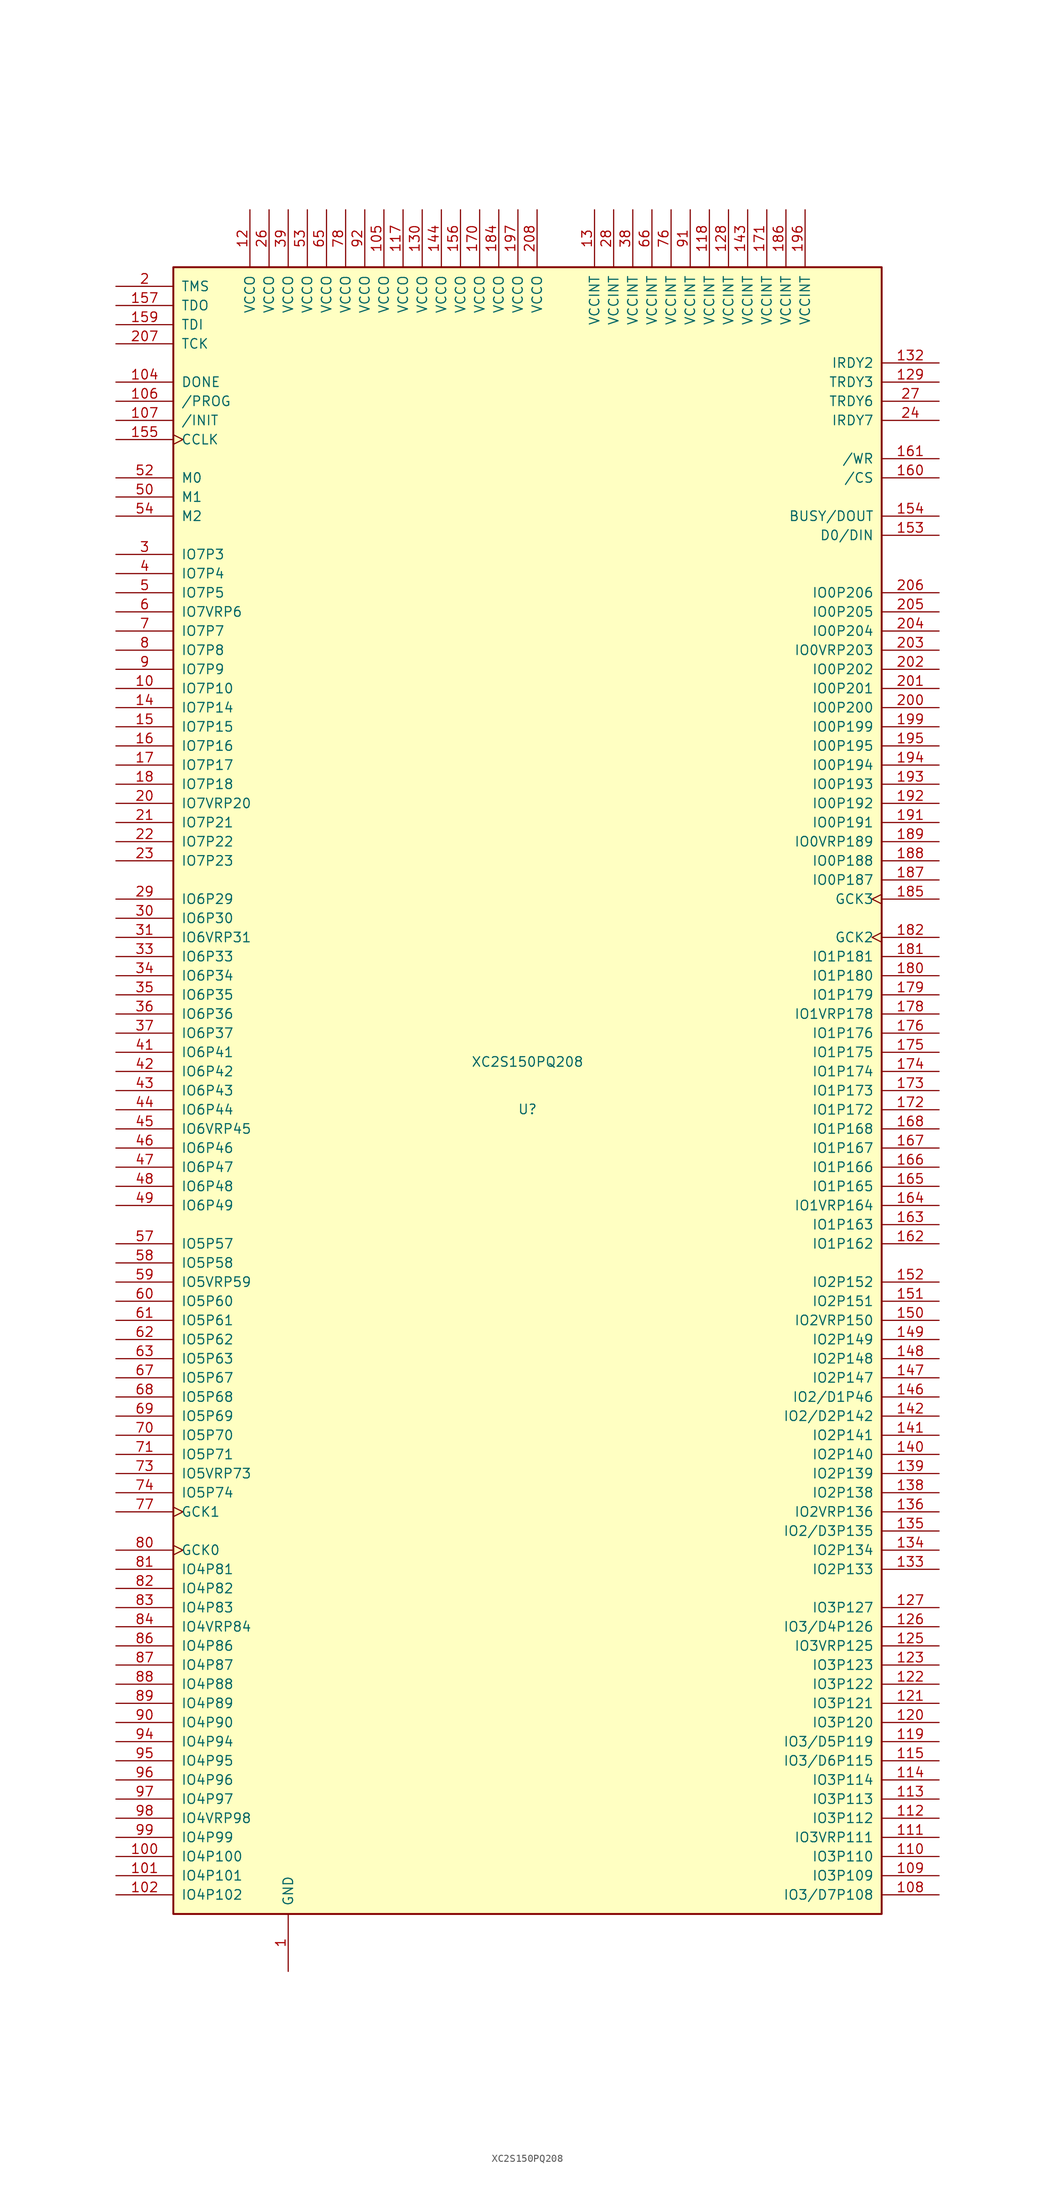
<source format=kicad_sym>
(kicad_symbol_lib
  (version 20241209)
  (generator "kicad_symbol_editor")
  (generator_version "9.0")
  (symbol "XC2S150PQ208"
    (pin_names
      (offset 1.016))
    (property "Reference" "U"
      (at 0 -2.489 0)
      (effects (font (size 1.27 1.27))))
    (property "Value" "XC2S150PQ208"
      (at 0 3.81 0)
      (effects (font (size 1.27 1.27))))
    (symbol "XC2S150PQ208_0_1"
      (rectangle (start -46.99 109.22) (end 46.99 -109.22) (stroke (width 0.254) (type default)) (fill (type background))))
    (symbol "XC2S150PQ208_1_1"
      (pin bidirectional line (at -54.61 106.68 0) (length 7.62) (name "TMS" (effects (font (size 1.27 1.27)))) (number "2" (effects (font (size 1.27 1.27)))))
      (pin bidirectional line (at -54.61 104.14 0) (length 7.62) (name "TDO" (effects (font (size 1.27 1.27)))) (number "157" (effects (font (size 1.27 1.27)))))
      (pin bidirectional line (at -54.61 101.6 0) (length 7.62) (name "TDI" (effects (font (size 1.27 1.27)))) (number "159" (effects (font (size 1.27 1.27)))))
      (pin bidirectional line (at -54.61 99.06 0) (length 7.62) (name "TCK" (effects (font (size 1.27 1.27)))) (number "207" (effects (font (size 1.27 1.27)))))
      (pin bidirectional line (at -54.61 93.98 0) (length 7.62) (name "DONE" (effects (font (size 1.27 1.27)))) (number "104" (effects (font (size 1.27 1.27)))))
      (pin input line (at -54.61 91.44 0) (length 7.62) (name "/PROG" (effects (font (size 1.27 1.27)))) (number "106" (effects (font (size 1.27 1.27)))))
      (pin bidirectional line (at -54.61 88.9 0) (length 7.62) (name "/INIT" (effects (font (size 1.27 1.27)))) (number "107" (effects (font (size 1.27 1.27)))))
      (pin bidirectional clock (at -54.61 86.36 0) (length 7.62) (name "CCLK" (effects (font (size 1.27 1.27)))) (number "155" (effects (font (size 1.27 1.27)))))
      (pin input line (at -54.61 81.28 0) (length 7.62) (name "M0" (effects (font (size 1.27 1.27)))) (number "52" (effects (font (size 1.27 1.27)))))
      (pin input line (at -54.61 78.74 0) (length 7.62) (name "M1" (effects (font (size 1.27 1.27)))) (number "50" (effects (font (size 1.27 1.27)))))
      (pin input line (at -54.61 76.2 0) (length 7.62) (name "M2" (effects (font (size 1.27 1.27)))) (number "54" (effects (font (size 1.27 1.27)))))
      (pin bidirectional line (at -54.61 71.12 0) (length 7.62) (name "IO7P3" (effects (font (size 1.27 1.27)))) (number "3" (effects (font (size 1.27 1.27)))))
      (pin bidirectional line (at -54.61 68.58 0) (length 7.62) (name "IO7P4" (effects (font (size 1.27 1.27)))) (number "4" (effects (font (size 1.27 1.27)))))
      (pin bidirectional line (at -54.61 66.04 0) (length 7.62) (name "IO7P5" (effects (font (size 1.27 1.27)))) (number "5" (effects (font (size 1.27 1.27)))))
      (pin bidirectional line (at -54.61 63.5 0) (length 7.62) (name "IO7VRP6" (effects (font (size 1.27 1.27)))) (number "6" (effects (font (size 1.27 1.27)))))
      (pin bidirectional line (at -54.61 60.96 0) (length 7.62) (name "IO7P7" (effects (font (size 1.27 1.27)))) (number "7" (effects (font (size 1.27 1.27)))))
      (pin bidirectional line (at -54.61 58.42 0) (length 7.62) (name "IO7P8" (effects (font (size 1.27 1.27)))) (number "8" (effects (font (size 1.27 1.27)))))
      (pin bidirectional line (at -54.61 55.88 0) (length 7.62) (name "IO7P9" (effects (font (size 1.27 1.27)))) (number "9" (effects (font (size 1.27 1.27)))))
      (pin bidirectional line (at -54.61 53.34 0) (length 7.62) (name "IO7P10" (effects (font (size 1.27 1.27)))) (number "10" (effects (font (size 1.27 1.27)))))
      (pin bidirectional line (at -54.61 50.8 0) (length 7.62) (name "IO7P14" (effects (font (size 1.27 1.27)))) (number "14" (effects (font (size 1.27 1.27)))))
      (pin bidirectional line (at -54.61 48.26 0) (length 7.62) (name "IO7P15" (effects (font (size 1.27 1.27)))) (number "15" (effects (font (size 1.27 1.27)))))
      (pin bidirectional line (at -54.61 45.72 0) (length 7.62) (name "IO7P16" (effects (font (size 1.27 1.27)))) (number "16" (effects (font (size 1.27 1.27)))))
      (pin bidirectional line (at -54.61 43.18 0) (length 7.62) (name "IO7P17" (effects (font (size 1.27 1.27)))) (number "17" (effects (font (size 1.27 1.27)))))
      (pin bidirectional line (at -54.61 40.64 0) (length 7.62) (name "IO7P18" (effects (font (size 1.27 1.27)))) (number "18" (effects (font (size 1.27 1.27)))))
      (pin bidirectional line (at -54.61 38.1 0) (length 7.62) (name "IO7VRP20" (effects (font (size 1.27 1.27)))) (number "20" (effects (font (size 1.27 1.27)))))
      (pin bidirectional line (at -54.61 35.56 0) (length 7.62) (name "IO7P21" (effects (font (size 1.27 1.27)))) (number "21" (effects (font (size 1.27 1.27)))))
      (pin bidirectional line (at -54.61 33.02 0) (length 7.62) (name "IO7P22" (effects (font (size 1.27 1.27)))) (number "22" (effects (font (size 1.27 1.27)))))
      (pin bidirectional line (at -54.61 30.48 0) (length 7.62) (name "IO7P23" (effects (font (size 1.27 1.27)))) (number "23" (effects (font (size 1.27 1.27)))))
      (pin bidirectional line (at -54.61 25.4 0) (length 7.62) (name "IO6P29" (effects (font (size 1.27 1.27)))) (number "29" (effects (font (size 1.27 1.27)))))
      (pin bidirectional line (at -54.61 22.86 0) (length 7.62) (name "IO6P30" (effects (font (size 1.27 1.27)))) (number "30" (effects (font (size 1.27 1.27)))))
      (pin bidirectional line (at -54.61 20.32 0) (length 7.62) (name "IO6VRP31" (effects (font (size 1.27 1.27)))) (number "31" (effects (font (size 1.27 1.27)))))
      (pin bidirectional line (at -54.61 17.78 0) (length 7.62) (name "IO6P33" (effects (font (size 1.27 1.27)))) (number "33" (effects (font (size 1.27 1.27)))))
      (pin bidirectional line (at -54.61 15.24 0) (length 7.62) (name "IO6P34" (effects (font (size 1.27 1.27)))) (number "34" (effects (font (size 1.27 1.27)))))
      (pin bidirectional line (at -54.61 12.7 0) (length 7.62) (name "IO6P35" (effects (font (size 1.27 1.27)))) (number "35" (effects (font (size 1.27 1.27)))))
      (pin bidirectional line (at -54.61 10.16 0) (length 7.62) (name "IO6P36" (effects (font (size 1.27 1.27)))) (number "36" (effects (font (size 1.27 1.27)))))
      (pin bidirectional line (at -54.61 7.62 0) (length 7.62) (name "IO6P37" (effects (font (size 1.27 1.27)))) (number "37" (effects (font (size 1.27 1.27)))))
      (pin bidirectional line (at -54.61 5.08 0) (length 7.62) (name "IO6P41" (effects (font (size 1.27 1.27)))) (number "41" (effects (font (size 1.27 1.27)))))
      (pin bidirectional line (at -54.61 2.54 0) (length 7.62) (name "IO6P42" (effects (font (size 1.27 1.27)))) (number "42" (effects (font (size 1.27 1.27)))))
      (pin bidirectional line (at -54.61 0 0) (length 7.62) (name "IO6P43" (effects (font (size 1.27 1.27)))) (number "43" (effects (font (size 1.27 1.27)))))
      (pin bidirectional line (at -54.61 -2.54 0) (length 7.62) (name "IO6P44" (effects (font (size 1.27 1.27)))) (number "44" (effects (font (size 1.27 1.27)))))
      (pin bidirectional line (at -54.61 -5.08 0) (length 7.62) (name "IO6VRP45" (effects (font (size 1.27 1.27)))) (number "45" (effects (font (size 1.27 1.27)))))
      (pin bidirectional line (at -54.61 -7.62 0) (length 7.62) (name "IO6P46" (effects (font (size 1.27 1.27)))) (number "46" (effects (font (size 1.27 1.27)))))
      (pin bidirectional line (at -54.61 -10.16 0) (length 7.62) (name "IO6P47" (effects (font (size 1.27 1.27)))) (number "47" (effects (font (size 1.27 1.27)))))
      (pin bidirectional line (at -54.61 -12.7 0) (length 7.62) (name "IO6P48" (effects (font (size 1.27 1.27)))) (number "48" (effects (font (size 1.27 1.27)))))
      (pin bidirectional line (at -54.61 -15.24 0) (length 7.62) (name "IO6P49" (effects (font (size 1.27 1.27)))) (number "49" (effects (font (size 1.27 1.27)))))
      (pin bidirectional line (at -54.61 -20.32 0) (length 7.62) (name "IO5P57" (effects (font (size 1.27 1.27)))) (number "57" (effects (font (size 1.27 1.27)))))
      (pin bidirectional line (at -54.61 -22.86 0) (length 7.62) (name "IO5P58" (effects (font (size 1.27 1.27)))) (number "58" (effects (font (size 1.27 1.27)))))
      (pin bidirectional line (at -54.61 -25.4 0) (length 7.62) (name "IO5VRP59" (effects (font (size 1.27 1.27)))) (number "59" (effects (font (size 1.27 1.27)))))
      (pin bidirectional line (at -54.61 -27.94 0) (length 7.62) (name "IO5P60" (effects (font (size 1.27 1.27)))) (number "60" (effects (font (size 1.27 1.27)))))
      (pin bidirectional line (at -54.61 -30.48 0) (length 7.62) (name "IO5P61" (effects (font (size 1.27 1.27)))) (number "61" (effects (font (size 1.27 1.27)))))
      (pin bidirectional line (at -54.61 -33.02 0) (length 7.62) (name "IO5P62" (effects (font (size 1.27 1.27)))) (number "62" (effects (font (size 1.27 1.27)))))
      (pin bidirectional line (at -54.61 -35.56 0) (length 7.62) (name "IO5P63" (effects (font (size 1.27 1.27)))) (number "63" (effects (font (size 1.27 1.27)))))
      (pin bidirectional line (at -54.61 -38.1 0) (length 7.62) (name "IO5P67" (effects (font (size 1.27 1.27)))) (number "67" (effects (font (size 1.27 1.27)))))
      (pin bidirectional line (at -54.61 -40.64 0) (length 7.62) (name "IO5P68" (effects (font (size 1.27 1.27)))) (number "68" (effects (font (size 1.27 1.27)))))
      (pin bidirectional line (at -54.61 -43.18 0) (length 7.62) (name "IO5P69" (effects (font (size 1.27 1.27)))) (number "69" (effects (font (size 1.27 1.27)))))
      (pin bidirectional line (at -54.61 -45.72 0) (length 7.62) (name "IO5P70" (effects (font (size 1.27 1.27)))) (number "70" (effects (font (size 1.27 1.27)))))
      (pin bidirectional line (at -54.61 -48.26 0) (length 7.62) (name "IO5P71" (effects (font (size 1.27 1.27)))) (number "71" (effects (font (size 1.27 1.27)))))
      (pin bidirectional line (at -54.61 -50.8 0) (length 7.62) (name "IO5VRP73" (effects (font (size 1.27 1.27)))) (number "73" (effects (font (size 1.27 1.27)))))
      (pin bidirectional line (at -54.61 -53.34 0) (length 7.62) (name "IO5P74" (effects (font (size 1.27 1.27)))) (number "74" (effects (font (size 1.27 1.27)))))
      (pin input clock (at -54.61 -55.88 0) (length 7.62) (name "GCK1" (effects (font (size 1.27 1.27)))) (number "77" (effects (font (size 1.27 1.27)))))
      (pin input clock (at -54.61 -60.96 0) (length 7.62) (name "GCK0" (effects (font (size 1.27 1.27)))) (number "80" (effects (font (size 1.27 1.27)))))
      (pin bidirectional line (at -54.61 -63.5 0) (length 7.62) (name "IO4P81" (effects (font (size 1.27 1.27)))) (number "81" (effects (font (size 1.27 1.27)))))
      (pin bidirectional line (at -54.61 -66.04 0) (length 7.62) (name "IO4P82" (effects (font (size 1.27 1.27)))) (number "82" (effects (font (size 1.27 1.27)))))
      (pin bidirectional line (at -54.61 -68.58 0) (length 7.62) (name "IO4P83" (effects (font (size 1.27 1.27)))) (number "83" (effects (font (size 1.27 1.27)))))
      (pin bidirectional line (at -54.61 -71.12 0) (length 7.62) (name "IO4VRP84" (effects (font (size 1.27 1.27)))) (number "84" (effects (font (size 1.27 1.27)))))
      (pin bidirectional line (at -54.61 -73.66 0) (length 7.62) (name "IO4P86" (effects (font (size 1.27 1.27)))) (number "86" (effects (font (size 1.27 1.27)))))
      (pin bidirectional line (at -54.61 -76.2 0) (length 7.62) (name "IO4P87" (effects (font (size 1.27 1.27)))) (number "87" (effects (font (size 1.27 1.27)))))
      (pin bidirectional line (at -54.61 -78.74 0) (length 7.62) (name "IO4P88" (effects (font (size 1.27 1.27)))) (number "88" (effects (font (size 1.27 1.27)))))
      (pin bidirectional line (at -54.61 -81.28 0) (length 7.62) (name "IO4P89" (effects (font (size 1.27 1.27)))) (number "89" (effects (font (size 1.27 1.27)))))
      (pin bidirectional line (at -54.61 -83.82 0) (length 7.62) (name "IO4P90" (effects (font (size 1.27 1.27)))) (number "90" (effects (font (size 1.27 1.27)))))
      (pin bidirectional line (at -54.61 -86.36 0) (length 7.62) (name "IO4P94" (effects (font (size 1.27 1.27)))) (number "94" (effects (font (size 1.27 1.27)))))
      (pin bidirectional line (at -54.61 -88.9 0) (length 7.62) (name "IO4P95" (effects (font (size 1.27 1.27)))) (number "95" (effects (font (size 1.27 1.27)))))
      (pin bidirectional line (at -54.61 -91.44 0) (length 7.62) (name "IO4P96" (effects (font (size 1.27 1.27)))) (number "96" (effects (font (size 1.27 1.27)))))
      (pin bidirectional line (at -54.61 -93.98 0) (length 7.62) (name "IO4P97" (effects (font (size 1.27 1.27)))) (number "97" (effects (font (size 1.27 1.27)))))
      (pin bidirectional line (at -54.61 -96.52 0) (length 7.62) (name "IO4VRP98" (effects (font (size 1.27 1.27)))) (number "98" (effects (font (size 1.27 1.27)))))
      (pin bidirectional line (at -54.61 -99.06 0) (length 7.62) (name "IO4P99" (effects (font (size 1.27 1.27)))) (number "99" (effects (font (size 1.27 1.27)))))
      (pin bidirectional line (at -54.61 -101.6 0) (length 7.62) (name "IO4P100" (effects (font (size 1.27 1.27)))) (number "100" (effects (font (size 1.27 1.27)))))
      (pin bidirectional line (at -54.61 -104.14 0) (length 7.62) (name "IO4P101" (effects (font (size 1.27 1.27)))) (number "101" (effects (font (size 1.27 1.27)))))
      (pin bidirectional line (at -54.61 -106.68 0) (length 7.62) (name "IO4P102" (effects (font (size 1.27 1.27)))) (number "102" (effects (font (size 1.27 1.27)))))
      (pin power_in line (at -36.83 116.84 270) (length 7.62) (name "VCCO" (effects (font (size 1.27 1.27)))) (number "12" (effects (font (size 1.27 1.27)))))
      (pin power_in line (at -34.29 116.84 270) (length 7.62) (name "VCCO" (effects (font (size 1.27 1.27)))) (number "26" (effects (font (size 1.27 1.27)))))
      (pin power_in line (at -31.75 116.84 270) (length 7.62) (name "VCCO" (effects (font (size 1.27 1.27)))) (number "39" (effects (font (size 1.27 1.27)))))
      (pin power_in line (at -31.75 -116.84 90) (length 7.62) (name "GND" (effects (font (size 1.27 1.27)))) (number "1" (effects (font (size 1.27 1.27)))))
      (pin passive line (at -31.75 -116.84 90) (length 7.62) (hide yes) (name "GND" (effects (font (size 1.27 1.27)))) (number "103" (effects (font (size 1.27 1.27)))))
      (pin passive line (at -31.75 -116.84 90) (length 7.62) (hide yes) (name "GND" (effects (font (size 1.27 1.27)))) (number "11" (effects (font (size 1.27 1.27)))))
      (pin passive line (at -31.75 -116.84 90) (length 7.62) (hide yes) (name "GND" (effects (font (size 1.27 1.27)))) (number "116" (effects (font (size 1.27 1.27)))))
      (pin passive line (at -31.75 -116.84 90) (length 7.62) (hide yes) (name "GND" (effects (font (size 1.27 1.27)))) (number "124" (effects (font (size 1.27 1.27)))))
      (pin passive line (at -31.75 -116.84 90) (length 7.62) (hide yes) (name "GND" (effects (font (size 1.27 1.27)))) (number "131" (effects (font (size 1.27 1.27)))))
      (pin passive line (at -31.75 -116.84 90) (length 7.62) (hide yes) (name "GND" (effects (font (size 1.27 1.27)))) (number "137" (effects (font (size 1.27 1.27)))))
      (pin passive line (at -31.75 -116.84 90) (length 7.62) (hide yes) (name "GND" (effects (font (size 1.27 1.27)))) (number "145" (effects (font (size 1.27 1.27)))))
      (pin passive line (at -31.75 -116.84 90) (length 7.62) (hide yes) (name "GND" (effects (font (size 1.27 1.27)))) (number "158" (effects (font (size 1.27 1.27)))))
      (pin passive line (at -31.75 -116.84 90) (length 7.62) (hide yes) (name "GND" (effects (font (size 1.27 1.27)))) (number "169" (effects (font (size 1.27 1.27)))))
      (pin passive line (at -31.75 -116.84 90) (length 7.62) (hide yes) (name "GND" (effects (font (size 1.27 1.27)))) (number "177" (effects (font (size 1.27 1.27)))))
      (pin passive line (at -31.75 -116.84 90) (length 7.62) (hide yes) (name "GND" (effects (font (size 1.27 1.27)))) (number "183" (effects (font (size 1.27 1.27)))))
      (pin passive line (at -31.75 -116.84 90) (length 7.62) (hide yes) (name "GND" (effects (font (size 1.27 1.27)))) (number "19" (effects (font (size 1.27 1.27)))))
      (pin passive line (at -31.75 -116.84 90) (length 7.62) (hide yes) (name "GND" (effects (font (size 1.27 1.27)))) (number "190" (effects (font (size 1.27 1.27)))))
      (pin passive line (at -31.75 -116.84 90) (length 7.62) (hide yes) (name "GND" (effects (font (size 1.27 1.27)))) (number "198" (effects (font (size 1.27 1.27)))))
      (pin passive line (at -31.75 -116.84 90) (length 7.62) (hide yes) (name "GND" (effects (font (size 1.27 1.27)))) (number "25" (effects (font (size 1.27 1.27)))))
      (pin passive line (at -31.75 -116.84 90) (length 7.62) (hide yes) (name "GND" (effects (font (size 1.27 1.27)))) (number "32" (effects (font (size 1.27 1.27)))))
      (pin passive line (at -31.75 -116.84 90) (length 7.62) (hide yes) (name "GND" (effects (font (size 1.27 1.27)))) (number "40" (effects (font (size 1.27 1.27)))))
      (pin passive line (at -31.75 -116.84 90) (length 7.62) (hide yes) (name "GND" (effects (font (size 1.27 1.27)))) (number "51" (effects (font (size 1.27 1.27)))))
      (pin passive line (at -31.75 -116.84 90) (length 7.62) (hide yes) (name "GND" (effects (font (size 1.27 1.27)))) (number "64" (effects (font (size 1.27 1.27)))))
      (pin passive line (at -31.75 -116.84 90) (length 7.62) (hide yes) (name "GND" (effects (font (size 1.27 1.27)))) (number "72" (effects (font (size 1.27 1.27)))))
      (pin passive line (at -31.75 -116.84 90) (length 7.62) (hide yes) (name "GND" (effects (font (size 1.27 1.27)))) (number "79" (effects (font (size 1.27 1.27)))))
      (pin passive line (at -31.75 -116.84 90) (length 7.62) (hide yes) (name "GND" (effects (font (size 1.27 1.27)))) (number "85" (effects (font (size 1.27 1.27)))))
      (pin passive line (at -31.75 -116.84 90) (length 7.62) (hide yes) (name "GND" (effects (font (size 1.27 1.27)))) (number "93" (effects (font (size 1.27 1.27)))))
      (pin power_in line (at -29.21 116.84 270) (length 7.62) (name "VCCO" (effects (font (size 1.27 1.27)))) (number "53" (effects (font (size 1.27 1.27)))))
      (pin power_in line (at -26.67 116.84 270) (length 7.62) (name "VCCO" (effects (font (size 1.27 1.27)))) (number "65" (effects (font (size 1.27 1.27)))))
      (pin power_in line (at -24.13 116.84 270) (length 7.62) (name "VCCO" (effects (font (size 1.27 1.27)))) (number "78" (effects (font (size 1.27 1.27)))))
      (pin power_in line (at -21.59 116.84 270) (length 7.62) (name "VCCO" (effects (font (size 1.27 1.27)))) (number "92" (effects (font (size 1.27 1.27)))))
      (pin power_in line (at -19.05 116.84 270) (length 7.62) (name "VCCO" (effects (font (size 1.27 1.27)))) (number "105" (effects (font (size 1.27 1.27)))))
      (pin power_in line (at -16.51 116.84 270) (length 7.62) (name "VCCO" (effects (font (size 1.27 1.27)))) (number "117" (effects (font (size 1.27 1.27)))))
      (pin power_in line (at -13.97 116.84 270) (length 7.62) (name "VCCO" (effects (font (size 1.27 1.27)))) (number "130" (effects (font (size 1.27 1.27)))))
      (pin power_in line (at -11.43 116.84 270) (length 7.62) (name "VCCO" (effects (font (size 1.27 1.27)))) (number "144" (effects (font (size 1.27 1.27)))))
      (pin power_in line (at -8.89 116.84 270) (length 7.62) (name "VCCO" (effects (font (size 1.27 1.27)))) (number "156" (effects (font (size 1.27 1.27)))))
      (pin power_in line (at -6.35 116.84 270) (length 7.62) (name "VCCO" (effects (font (size 1.27 1.27)))) (number "170" (effects (font (size 1.27 1.27)))))
      (pin power_in line (at -3.81 116.84 270) (length 7.62) (name "VCCO" (effects (font (size 1.27 1.27)))) (number "184" (effects (font (size 1.27 1.27)))))
      (pin power_in line (at -1.27 116.84 270) (length 7.62) (name "VCCO" (effects (font (size 1.27 1.27)))) (number "197" (effects (font (size 1.27 1.27)))))
      (pin power_in line (at 1.27 116.84 270) (length 7.62) (name "VCCO" (effects (font (size 1.27 1.27)))) (number "208" (effects (font (size 1.27 1.27)))))
      (pin power_in line (at 8.89 116.84 270) (length 7.62) (name "VCCINT" (effects (font (size 1.27 1.27)))) (number "13" (effects (font (size 1.27 1.27)))))
      (pin power_in line (at 11.43 116.84 270) (length 7.62) (name "VCCINT" (effects (font (size 1.27 1.27)))) (number "28" (effects (font (size 1.27 1.27)))))
      (pin power_in line (at 13.97 116.84 270) (length 7.62) (name "VCCINT" (effects (font (size 1.27 1.27)))) (number "38" (effects (font (size 1.27 1.27)))))
      (pin power_in line (at 16.51 116.84 270) (length 7.62) (name "VCCINT" (effects (font (size 1.27 1.27)))) (number "66" (effects (font (size 1.27 1.27)))))
      (pin power_in line (at 19.05 116.84 270) (length 7.62) (name "VCCINT" (effects (font (size 1.27 1.27)))) (number "76" (effects (font (size 1.27 1.27)))))
      (pin power_in line (at 21.59 116.84 270) (length 7.62) (name "VCCINT" (effects (font (size 1.27 1.27)))) (number "91" (effects (font (size 1.27 1.27)))))
      (pin power_in line (at 24.13 116.84 270) (length 7.62) (name "VCCINT" (effects (font (size 1.27 1.27)))) (number "118" (effects (font (size 1.27 1.27)))))
      (pin power_in line (at 26.67 116.84 270) (length 7.62) (name "VCCINT" (effects (font (size 1.27 1.27)))) (number "128" (effects (font (size 1.27 1.27)))))
      (pin power_in line (at 29.21 116.84 270) (length 7.62) (name "VCCINT" (effects (font (size 1.27 1.27)))) (number "143" (effects (font (size 1.27 1.27)))))
      (pin power_in line (at 31.75 116.84 270) (length 7.62) (name "VCCINT" (effects (font (size 1.27 1.27)))) (number "171" (effects (font (size 1.27 1.27)))))
      (pin power_in line (at 34.29 116.84 270) (length 7.62) (name "VCCINT" (effects (font (size 1.27 1.27)))) (number "186" (effects (font (size 1.27 1.27)))))
      (pin power_in line (at 36.83 116.84 270) (length 7.62) (name "VCCINT" (effects (font (size 1.27 1.27)))) (number "196" (effects (font (size 1.27 1.27)))))
      (pin bidirectional line (at 54.61 96.52 180) (length 7.62) (name "IRDY2" (effects (font (size 1.27 1.27)))) (number "132" (effects (font (size 1.27 1.27)))))
      (pin bidirectional line (at 54.61 93.98 180) (length 7.62) (name "TRDY3" (effects (font (size 1.27 1.27)))) (number "129" (effects (font (size 1.27 1.27)))))
      (pin bidirectional line (at 54.61 91.44 180) (length 7.62) (name "TRDY6" (effects (font (size 1.27 1.27)))) (number "27" (effects (font (size 1.27 1.27)))))
      (pin bidirectional line (at 54.61 88.9 180) (length 7.62) (name "IRDY7" (effects (font (size 1.27 1.27)))) (number "24" (effects (font (size 1.27 1.27)))))
      (pin bidirectional line (at 54.61 83.82 180) (length 7.62) (name "/WR" (effects (font (size 1.27 1.27)))) (number "161" (effects (font (size 1.27 1.27)))))
      (pin bidirectional line (at 54.61 81.28 180) (length 7.62) (name "/CS" (effects (font (size 1.27 1.27)))) (number "160" (effects (font (size 1.27 1.27)))))
      (pin bidirectional line (at 54.61 76.2 180) (length 7.62) (name "BUSY/DOUT" (effects (font (size 1.27 1.27)))) (number "154" (effects (font (size 1.27 1.27)))))
      (pin bidirectional line (at 54.61 73.66 180) (length 7.62) (name "D0/DIN" (effects (font (size 1.27 1.27)))) (number "153" (effects (font (size 1.27 1.27)))))
      (pin bidirectional line (at 54.61 66.04 180) (length 7.62) (name "IO0P206" (effects (font (size 1.27 1.27)))) (number "206" (effects (font (size 1.27 1.27)))))
      (pin bidirectional line (at 54.61 63.5 180) (length 7.62) (name "IO0P205" (effects (font (size 1.27 1.27)))) (number "205" (effects (font (size 1.27 1.27)))))
      (pin bidirectional line (at 54.61 60.96 180) (length 7.62) (name "IO0P204" (effects (font (size 1.27 1.27)))) (number "204" (effects (font (size 1.27 1.27)))))
      (pin bidirectional line (at 54.61 58.42 180) (length 7.62) (name "IO0VRP203" (effects (font (size 1.27 1.27)))) (number "203" (effects (font (size 1.27 1.27)))))
      (pin bidirectional line (at 54.61 55.88 180) (length 7.62) (name "IO0P202" (effects (font (size 1.27 1.27)))) (number "202" (effects (font (size 1.27 1.27)))))
      (pin bidirectional line (at 54.61 53.34 180) (length 7.62) (name "IO0P201" (effects (font (size 1.27 1.27)))) (number "201" (effects (font (size 1.27 1.27)))))
      (pin bidirectional line (at 54.61 50.8 180) (length 7.62) (name "IO0P200" (effects (font (size 1.27 1.27)))) (number "200" (effects (font (size 1.27 1.27)))))
      (pin bidirectional line (at 54.61 48.26 180) (length 7.62) (name "IO0P199" (effects (font (size 1.27 1.27)))) (number "199" (effects (font (size 1.27 1.27)))))
      (pin bidirectional line (at 54.61 45.72 180) (length 7.62) (name "IO0P195" (effects (font (size 1.27 1.27)))) (number "195" (effects (font (size 1.27 1.27)))))
      (pin bidirectional line (at 54.61 43.18 180) (length 7.62) (name "IO0P194" (effects (font (size 1.27 1.27)))) (number "194" (effects (font (size 1.27 1.27)))))
      (pin bidirectional line (at 54.61 40.64 180) (length 7.62) (name "IO0P193" (effects (font (size 1.27 1.27)))) (number "193" (effects (font (size 1.27 1.27)))))
      (pin bidirectional line (at 54.61 38.1 180) (length 7.62) (name "IO0P192" (effects (font (size 1.27 1.27)))) (number "192" (effects (font (size 1.27 1.27)))))
      (pin bidirectional line (at 54.61 35.56 180) (length 7.62) (name "IO0P191" (effects (font (size 1.27 1.27)))) (number "191" (effects (font (size 1.27 1.27)))))
      (pin bidirectional line (at 54.61 33.02 180) (length 7.62) (name "IO0VRP189" (effects (font (size 1.27 1.27)))) (number "189" (effects (font (size 1.27 1.27)))))
      (pin bidirectional line (at 54.61 30.48 180) (length 7.62) (name "IO0P188" (effects (font (size 1.27 1.27)))) (number "188" (effects (font (size 1.27 1.27)))))
      (pin bidirectional line (at 54.61 27.94 180) (length 7.62) (name "IO0P187" (effects (font (size 1.27 1.27)))) (number "187" (effects (font (size 1.27 1.27)))))
      (pin input clock (at 54.61 25.4 180) (length 7.62) (name "GCK3" (effects (font (size 1.27 1.27)))) (number "185" (effects (font (size 1.27 1.27)))))
      (pin input clock (at 54.61 20.32 180) (length 7.62) (name "GCK2" (effects (font (size 1.27 1.27)))) (number "182" (effects (font (size 1.27 1.27)))))
      (pin bidirectional line (at 54.61 17.78 180) (length 7.62) (name "IO1P181" (effects (font (size 1.27 1.27)))) (number "181" (effects (font (size 1.27 1.27)))))
      (pin bidirectional line (at 54.61 15.24 180) (length 7.62) (name "IO1P180" (effects (font (size 1.27 1.27)))) (number "180" (effects (font (size 1.27 1.27)))))
      (pin bidirectional line (at 54.61 12.7 180) (length 7.62) (name "IO1P179" (effects (font (size 1.27 1.27)))) (number "179" (effects (font (size 1.27 1.27)))))
      (pin bidirectional line (at 54.61 10.16 180) (length 7.62) (name "IO1VRP178" (effects (font (size 1.27 1.27)))) (number "178" (effects (font (size 1.27 1.27)))))
      (pin bidirectional line (at 54.61 7.62 180) (length 7.62) (name "IO1P176" (effects (font (size 1.27 1.27)))) (number "176" (effects (font (size 1.27 1.27)))))
      (pin bidirectional line (at 54.61 5.08 180) (length 7.62) (name "IO1P175" (effects (font (size 1.27 1.27)))) (number "175" (effects (font (size 1.27 1.27)))))
      (pin bidirectional line (at 54.61 2.54 180) (length 7.62) (name "IO1P174" (effects (font (size 1.27 1.27)))) (number "174" (effects (font (size 1.27 1.27)))))
      (pin bidirectional line (at 54.61 0 180) (length 7.62) (name "IO1P173" (effects (font (size 1.27 1.27)))) (number "173" (effects (font (size 1.27 1.27)))))
      (pin bidirectional line (at 54.61 -2.54 180) (length 7.62) (name "IO1P172" (effects (font (size 1.27 1.27)))) (number "172" (effects (font (size 1.27 1.27)))))
      (pin bidirectional line (at 54.61 -5.08 180) (length 7.62) (name "IO1P168" (effects (font (size 1.27 1.27)))) (number "168" (effects (font (size 1.27 1.27)))))
      (pin bidirectional line (at 54.61 -7.62 180) (length 7.62) (name "IO1P167" (effects (font (size 1.27 1.27)))) (number "167" (effects (font (size 1.27 1.27)))))
      (pin bidirectional line (at 54.61 -10.16 180) (length 7.62) (name "IO1P166" (effects (font (size 1.27 1.27)))) (number "166" (effects (font (size 1.27 1.27)))))
      (pin bidirectional line (at 54.61 -12.7 180) (length 7.62) (name "IO1P165" (effects (font (size 1.27 1.27)))) (number "165" (effects (font (size 1.27 1.27)))))
      (pin bidirectional line (at 54.61 -15.24 180) (length 7.62) (name "IO1VRP164" (effects (font (size 1.27 1.27)))) (number "164" (effects (font (size 1.27 1.27)))))
      (pin bidirectional line (at 54.61 -17.78 180) (length 7.62) (name "IO1P163" (effects (font (size 1.27 1.27)))) (number "163" (effects (font (size 1.27 1.27)))))
      (pin bidirectional line (at 54.61 -20.32 180) (length 7.62) (name "IO1P162" (effects (font (size 1.27 1.27)))) (number "162" (effects (font (size 1.27 1.27)))))
      (pin bidirectional line (at 54.61 -25.4 180) (length 7.62) (name "IO2P152" (effects (font (size 1.27 1.27)))) (number "152" (effects (font (size 1.27 1.27)))))
      (pin bidirectional line (at 54.61 -27.94 180) (length 7.62) (name "IO2P151" (effects (font (size 1.27 1.27)))) (number "151" (effects (font (size 1.27 1.27)))))
      (pin bidirectional line (at 54.61 -30.48 180) (length 7.62) (name "IO2VRP150" (effects (font (size 1.27 1.27)))) (number "150" (effects (font (size 1.27 1.27)))))
      (pin bidirectional line (at 54.61 -33.02 180) (length 7.62) (name "IO2P149" (effects (font (size 1.27 1.27)))) (number "149" (effects (font (size 1.27 1.27)))))
      (pin bidirectional line (at 54.61 -35.56 180) (length 7.62) (name "IO2P148" (effects (font (size 1.27 1.27)))) (number "148" (effects (font (size 1.27 1.27)))))
      (pin bidirectional line (at 54.61 -38.1 180) (length 7.62) (name "IO2P147" (effects (font (size 1.27 1.27)))) (number "147" (effects (font (size 1.27 1.27)))))
      (pin bidirectional line (at 54.61 -40.64 180) (length 7.62) (name "IO2/D1P46" (effects (font (size 1.27 1.27)))) (number "146" (effects (font (size 1.27 1.27)))))
      (pin bidirectional line (at 54.61 -43.18 180) (length 7.62) (name "IO2/D2P142" (effects (font (size 1.27 1.27)))) (number "142" (effects (font (size 1.27 1.27)))))
      (pin bidirectional line (at 54.61 -45.72 180) (length 7.62) (name "IO2P141" (effects (font (size 1.27 1.27)))) (number "141" (effects (font (size 1.27 1.27)))))
      (pin bidirectional line (at 54.61 -48.26 180) (length 7.62) (name "IO2P140" (effects (font (size 1.27 1.27)))) (number "140" (effects (font (size 1.27 1.27)))))
      (pin bidirectional line (at 54.61 -50.8 180) (length 7.62) (name "IO2P139" (effects (font (size 1.27 1.27)))) (number "139" (effects (font (size 1.27 1.27)))))
      (pin bidirectional line (at 54.61 -53.34 180) (length 7.62) (name "IO2P138" (effects (font (size 1.27 1.27)))) (number "138" (effects (font (size 1.27 1.27)))))
      (pin bidirectional line (at 54.61 -55.88 180) (length 7.62) (name "IO2VRP136" (effects (font (size 1.27 1.27)))) (number "136" (effects (font (size 1.27 1.27)))))
      (pin bidirectional line (at 54.61 -58.42 180) (length 7.62) (name "IO2/D3P135" (effects (font (size 1.27 1.27)))) (number "135" (effects (font (size 1.27 1.27)))))
      (pin bidirectional line (at 54.61 -60.96 180) (length 7.62) (name "IO2P134" (effects (font (size 1.27 1.27)))) (number "134" (effects (font (size 1.27 1.27)))))
      (pin bidirectional line (at 54.61 -63.5 180) (length 7.62) (name "IO2P133" (effects (font (size 1.27 1.27)))) (number "133" (effects (font (size 1.27 1.27)))))
      (pin bidirectional line (at 54.61 -68.58 180) (length 7.62) (name "IO3P127" (effects (font (size 1.27 1.27)))) (number "127" (effects (font (size 1.27 1.27)))))
      (pin bidirectional line (at 54.61 -71.12 180) (length 7.62) (name "IO3/D4P126" (effects (font (size 1.27 1.27)))) (number "126" (effects (font (size 1.27 1.27)))))
      (pin bidirectional line (at 54.61 -73.66 180) (length 7.62) (name "IO3VRP125" (effects (font (size 1.27 1.27)))) (number "125" (effects (font (size 1.27 1.27)))))
      (pin bidirectional line (at 54.61 -76.2 180) (length 7.62) (name "IO3P123" (effects (font (size 1.27 1.27)))) (number "123" (effects (font (size 1.27 1.27)))))
      (pin bidirectional line (at 54.61 -78.74 180) (length 7.62) (name "IO3P122" (effects (font (size 1.27 1.27)))) (number "122" (effects (font (size 1.27 1.27)))))
      (pin bidirectional line (at 54.61 -81.28 180) (length 7.62) (name "IO3P121" (effects (font (size 1.27 1.27)))) (number "121" (effects (font (size 1.27 1.27)))))
      (pin bidirectional line (at 54.61 -83.82 180) (length 7.62) (name "IO3P120" (effects (font (size 1.27 1.27)))) (number "120" (effects (font (size 1.27 1.27)))))
      (pin bidirectional line (at 54.61 -86.36 180) (length 7.62) (name "IO3/D5P119" (effects (font (size 1.27 1.27)))) (number "119" (effects (font (size 1.27 1.27)))))
      (pin bidirectional line (at 54.61 -88.9 180) (length 7.62) (name "IO3/D6P115" (effects (font (size 1.27 1.27)))) (number "115" (effects (font (size 1.27 1.27)))))
      (pin bidirectional line (at 54.61 -91.44 180) (length 7.62) (name "IO3P114" (effects (font (size 1.27 1.27)))) (number "114" (effects (font (size 1.27 1.27)))))
      (pin bidirectional line (at 54.61 -93.98 180) (length 7.62) (name "IO3P113" (effects (font (size 1.27 1.27)))) (number "113" (effects (font (size 1.27 1.27)))))
      (pin bidirectional line (at 54.61 -96.52 180) (length 7.62) (name "IO3P112" (effects (font (size 1.27 1.27)))) (number "112" (effects (font (size 1.27 1.27)))))
      (pin bidirectional line (at 54.61 -99.06 180) (length 7.62) (name "IO3VRP111" (effects (font (size 1.27 1.27)))) (number "111" (effects (font (size 1.27 1.27)))))
      (pin bidirectional line (at 54.61 -101.6 180) (length 7.62) (name "IO3P110" (effects (font (size 1.27 1.27)))) (number "110" (effects (font (size 1.27 1.27)))))
      (pin bidirectional line (at 54.61 -104.14 180) (length 7.62) (name "IO3P109" (effects (font (size 1.27 1.27)))) (number "109" (effects (font (size 1.27 1.27)))))
      (pin bidirectional line (at 54.61 -106.68 180) (length 7.62) (name "IO3/D7P108" (effects (font (size 1.27 1.27)))) (number "108" (effects (font (size 1.27 1.27))))))))
</source>
